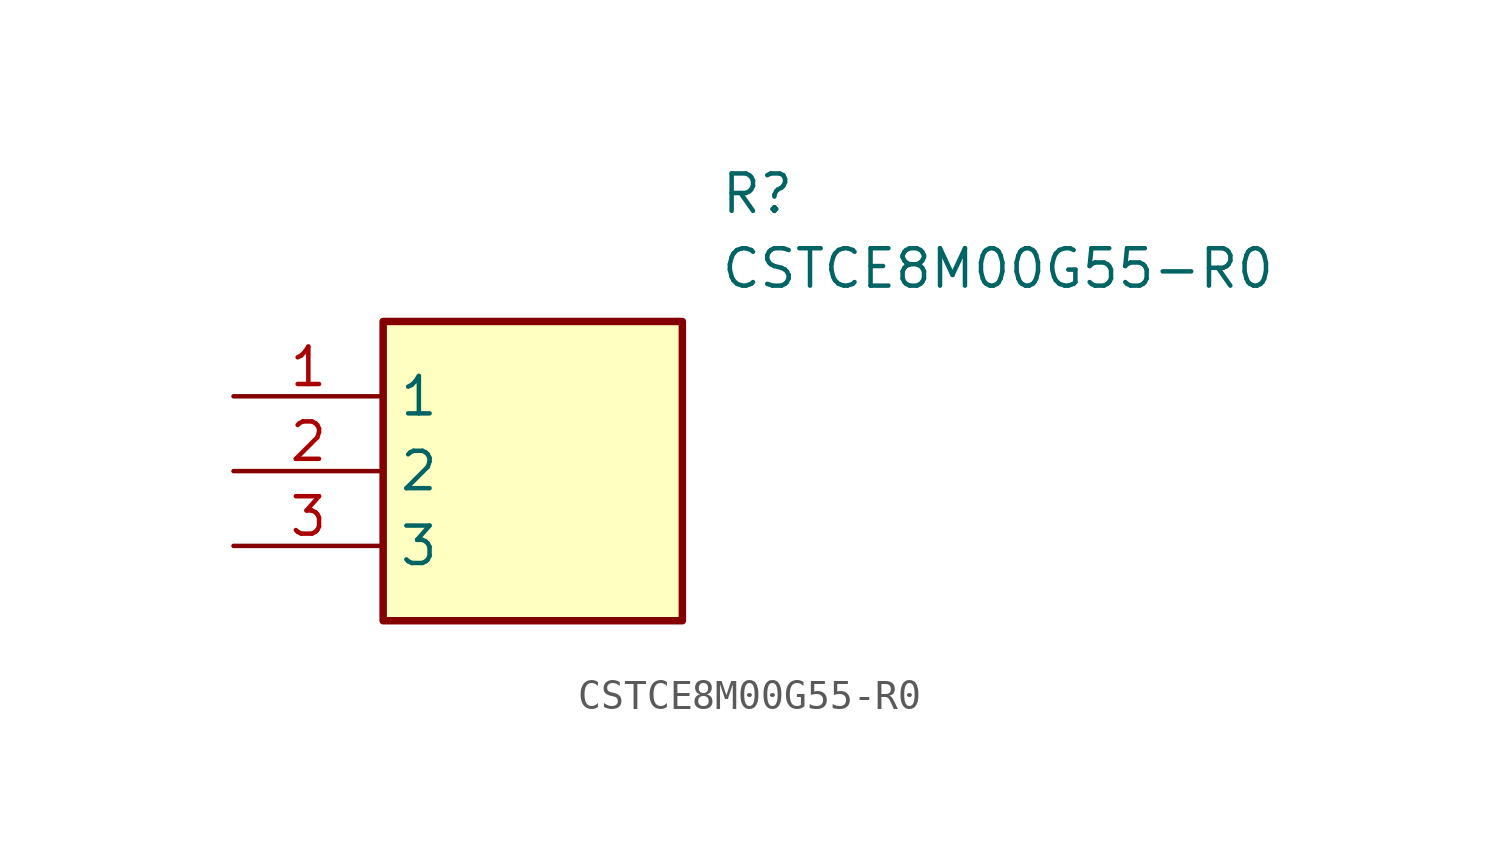
<source format=kicad_sym>
(kicad_symbol_lib
  (version 20211014)
  (generator SamacSys_ECAD_Model)
  (symbol "CSTCE8M00G55-R0"
    (property "Reference" "R"
      (at 16.51 7.62 0)
      (effects (font (size 1.27 1.27)) (justify left top)))
    (property "Value" "CSTCE8M00G55-R0"
      (at 16.51 5.08 0)
      (effects (font (size 1.27 1.27)) (justify left top)))
    (rectangle
      (start 5.08 2.54)
      (end 15.24 -7.62)
      (stroke (width 0.254) (type default))
      (fill (type background)))
    (pin passive line
      (at 0 0 0)
      (length 5.08)
      (name "1" (effects (font (size 1.27 1.27))))
      (number "1" (effects (font (size 1.27 1.27)))))
    (pin passive line
      (at 0 -2.54 0)
      (length 5.08)
      (name "2" (effects (font (size 1.27 1.27))))
      (number "2" (effects (font (size 1.27 1.27)))))
    (pin passive line
      (at 0 -5.08 0)
      (length 5.08)
      (name "3" (effects (font (size 1.27 1.27))))
      (number "3" (effects (font (size 1.27 1.27)))))))
</source>
